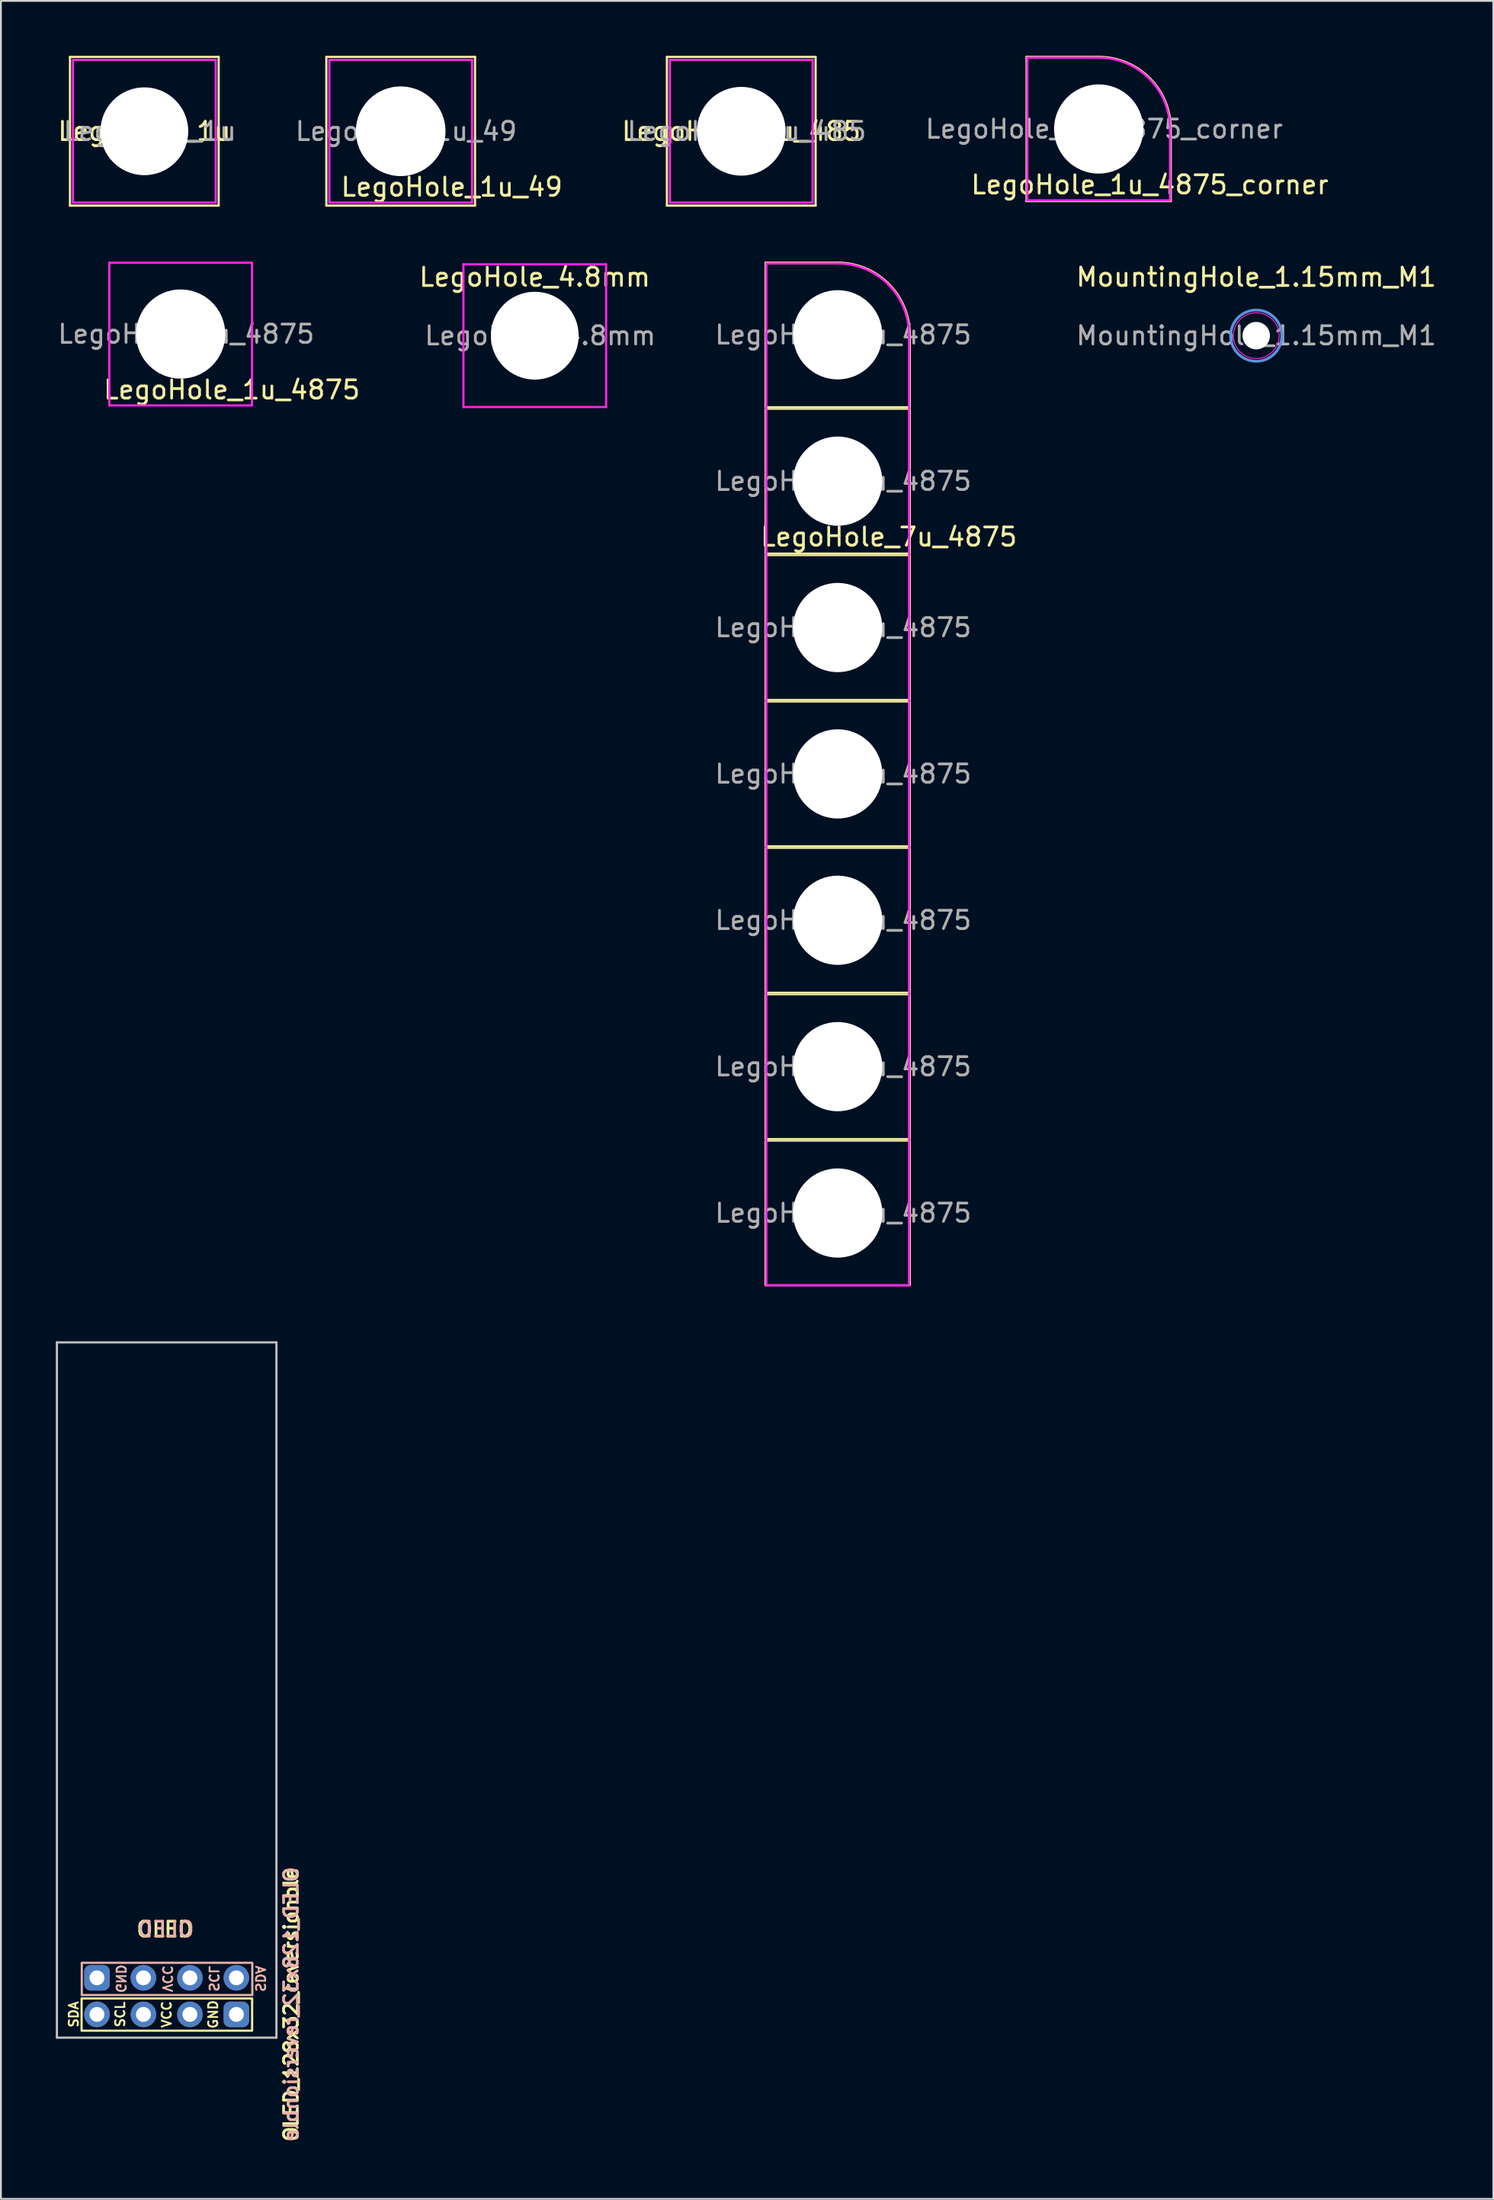
<source format=kicad_pcb>
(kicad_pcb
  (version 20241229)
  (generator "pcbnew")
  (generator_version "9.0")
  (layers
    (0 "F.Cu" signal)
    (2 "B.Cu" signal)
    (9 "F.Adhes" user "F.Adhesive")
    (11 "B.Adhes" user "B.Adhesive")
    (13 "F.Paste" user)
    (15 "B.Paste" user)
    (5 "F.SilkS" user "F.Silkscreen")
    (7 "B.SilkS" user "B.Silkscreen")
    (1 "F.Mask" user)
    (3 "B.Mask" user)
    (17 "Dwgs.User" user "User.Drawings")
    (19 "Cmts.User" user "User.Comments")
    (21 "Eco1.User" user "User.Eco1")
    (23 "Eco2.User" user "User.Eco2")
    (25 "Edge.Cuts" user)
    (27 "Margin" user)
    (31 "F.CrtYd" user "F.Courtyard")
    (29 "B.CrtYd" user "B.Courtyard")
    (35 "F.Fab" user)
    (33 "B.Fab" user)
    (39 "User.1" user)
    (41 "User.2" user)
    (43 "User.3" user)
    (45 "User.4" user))
  (footprint "MountingHole_1.15mm_M1"
    (layer "F.Cu")
    (at 65.615 15.296)
    (property "Reference" "MountingHole_1.15mm_M1" (at 0 -3.2 0) (layer "F.SilkS") (effects (font (size 1 1) (thickness 0.15))))
    (attr exclude_from_pos_files)
    (fp_circle (center 0 0) (end 1.4 0) (stroke (width 0.15) (type solid)) (fill no) (layer "Cmts.User"))
    (fp_circle (center 0 0) (end 1.25 0) (stroke (width 0.05) (type solid)) (fill no) (layer "F.CrtYd"))
    (fp_text user "${REFERENCE}" (at 0 0 0) (layer "F.Fab") (effects (font (size 1 1) (thickness 0.15))))
    (pad "" np_thru_hole circle (at 0 0) (size 1.5 1.5) (drill 1.5) (layers "*.Cu" "*.Mask")))
  (footprint "LegoHole_1u_49"
    (layer "F.Cu")
    (at 18.851 4.124)
    (property "Reference" "LegoHole_1u_49" (at 2.794 3.048 0) (layer "F.SilkS") (effects (font (size 1 1) (thickness 0.15))))
    (attr exclude_from_pos_files exclude_from_bom)
    (fp_line (start -4.064 -4.064) (end -4.064 4.064) (stroke (width 0.12) (type solid)) (layer "F.SilkS"))
    (fp_line (start -4.064 4.064) (end 4.064 4.064) (stroke (width 0.12) (type solid)) (layer "F.SilkS"))
    (fp_line (start 4.064 -4.064) (end -4.064 -4.064) (stroke (width 0.12) (type solid)) (layer "F.SilkS"))
    (fp_line (start 4.064 4.064) (end 4.064 -4.064) (stroke (width 0.12) (type solid)) (layer "F.SilkS"))
    (fp_line (start -3.9 -3.9) (end -3.9 3.9) (stroke (width 0.12) (type solid)) (layer "F.CrtYd"))
    (fp_line (start -3.9 -3.9) (end 3.9 -3.9) (stroke (width 0.12) (type solid)) (layer "F.CrtYd"))
    (fp_line (start 3.9 3.9) (end -3.9 3.9) (stroke (width 0.12) (type solid)) (layer "F.CrtYd"))
    (fp_line (start 3.9 3.9) (end 3.9 -3.9) (stroke (width 0.12) (type solid)) (layer "F.CrtYd"))
    (fp_text user "${REFERENCE}" (at 0.3 0 0) (layer "F.Fab") (effects (font (size 1 1) (thickness 0.15))))
    (pad "" np_thru_hole circle (at 0 0) (size 4.9 4.9) (drill 4.9) (layers "*.Cu" "*.Mask")))
  (footprint "LegoHole_1u"
    (layer "F.Cu")
    (at 4.839 4.124)
    (property "Reference" "LegoHole_1u" (at 0 0 0) (layer "F.SilkS") (effects (font (size 1 1) (thickness 0.15))))
    (attr exclude_from_pos_files exclude_from_bom)
    (fp_line (start -4.064 -4.064) (end -4.064 4.064) (stroke (width 0.12) (type solid)) (layer "F.SilkS"))
    (fp_line (start -4.064 4.064) (end 4.064 4.064) (stroke (width 0.12) (type solid)) (layer "F.SilkS"))
    (fp_line (start 4.064 -4.064) (end -4.064 -4.064) (stroke (width 0.12) (type solid)) (layer "F.SilkS"))
    (fp_line (start 4.064 4.064) (end 4.064 -4.064) (stroke (width 0.12) (type solid)) (layer "F.SilkS"))
    (fp_line (start -3.9 -3.9) (end -3.9 3.9) (stroke (width 0.12) (type solid)) (layer "F.CrtYd"))
    (fp_line (start -3.9 -3.9) (end 3.9 -3.9) (stroke (width 0.12) (type solid)) (layer "F.CrtYd"))
    (fp_line (start 3.9 3.9) (end -3.9 3.9) (stroke (width 0.12) (type solid)) (layer "F.CrtYd"))
    (fp_line (start 3.9 3.9) (end 3.9 -3.9) (stroke (width 0.12) (type solid)) (layer "F.CrtYd"))
    (fp_text user "${REFERENCE}" (at 0.3 0 0) (layer "F.Fab") (effects (font (size 1 1) (thickness 0.15))))
    (pad "" np_thru_hole circle (at 0 0) (size 4.8 4.8) (drill 4.8) (layers "*.Cu" "*.Mask")))
  (footprint "LegoHole_4.8mm"
    (layer "F.Cu")
    (at 26.179 15.296)
    (property "Reference" "LegoHole_4.8mm" (at 0 -3.2 0) (layer "F.SilkS") (effects (font (size 1 1) (thickness 0.15))))
    (attr exclude_from_pos_files exclude_from_bom)
    (fp_line (start -3.9 -3.9) (end -3.9 3.9) (stroke (width 0.12) (type solid)) (layer "F.CrtYd"))
    (fp_line (start -3.9 -3.9) (end 3.9 -3.9) (stroke (width 0.12) (type solid)) (layer "F.CrtYd"))
    (fp_line (start 3.9 3.9) (end -3.9 3.9) (stroke (width 0.12) (type solid)) (layer "F.CrtYd"))
    (fp_line (start 3.9 3.9) (end 3.9 -3.9) (stroke (width 0.12) (type solid)) (layer "F.CrtYd"))
    (fp_text user "${REFERENCE}" (at 0.3 0 0) (layer "F.Fab") (effects (font (size 1 1) (thickness 0.15))))
    (pad "" np_thru_hole circle (at 0 0) (size 4.8 4.8) (drill 4.8) (layers "*.Cu" "*.Mask")))
  (footprint "LegoHole_1u_4875"
    (layer "F.Cu")
    (at 6.825 15.208)
    (property "Reference" "LegoHole_1u_4875" (at 2.794 3.048 0) (layer "F.SilkS") (effects (font (size 1 1) (thickness 0.15))))
    (attr exclude_from_pos_files exclude_from_bom)
    (fp_line (start -3.9 -3.9) (end -3.9 3.9) (stroke (width 0.12) (type solid)) (layer "F.CrtYd"))
    (fp_line (start -3.9 -3.9) (end 3.9 -3.9) (stroke (width 0.12) (type solid)) (layer "F.CrtYd"))
    (fp_line (start 3.9 3.9) (end -3.9 3.9) (stroke (width 0.12) (type solid)) (layer "F.CrtYd"))
    (fp_line (start 3.9 3.9) (end 3.9 -3.9) (stroke (width 0.12) (type solid)) (layer "F.CrtYd"))
    (fp_text user "${REFERENCE}" (at 0.3 0 0) (layer "F.Fab") (effects (font (size 1 1) (thickness 0.15))))
    (pad "" np_thru_hole circle (at 0 0) (size 4.875 4.875) (drill 4.9) (layers "*.Cu" "*.Mask")))
  (footprint "LegoHole_1u_4875_corner"
    (layer "F.Cu")
    (at 57.002 4)
    (property "Reference" "LegoHole_1u_4875_corner" (at 2.794 3.048 0) (layer "F.SilkS") (effects (font (size 1 1) (thickness 0.15))))
    (attr exclude_from_pos_files exclude_from_bom)
    (fp_line (start -3.95 -3.95) (end -3.95 3.95) (stroke (width 0.1) (type solid)) (layer "F.SilkS"))
    (fp_line (start -3.95 3.95) (end 3.95 3.95) (stroke (width 0.1) (type solid)) (layer "F.SilkS"))
    (fp_line (start 0 -3.95) (end -3.95 -3.95) (stroke (width 0.1) (type solid)) (layer "F.SilkS"))
    (fp_line (start 3.95 0) (end 3.95 3.95) (stroke (width 0.1) (type solid)) (layer "F.SilkS"))
    (fp_arc (start 0 -3.95) (mid 2.793072 -2.793072) (end 3.95 0) (stroke (width 0.1) (type solid)) (layer "F.SilkS"))
    (fp_line (start -3.9 -3.9) (end -3.9 3.9) (stroke (width 0.12) (type solid)) (layer "F.CrtYd"))
    (fp_line (start -3.9 -3.9) (end 0 -3.9) (stroke (width 0.12) (type solid)) (layer "F.CrtYd"))
    (fp_line (start 3.9 3.9) (end -3.9 3.9) (stroke (width 0.12) (type solid)) (layer "F.CrtYd"))
    (fp_line (start 3.9 3.9) (end 3.9 0) (stroke (width 0.12) (type solid)) (layer "F.CrtYd"))
    (fp_arc (start 0 -3.9) (mid 2.757716 -2.757716) (end 3.9 0) (stroke (width 0.12) (type solid)) (layer "F.CrtYd"))
    (fp_text user "${REFERENCE}" (at 0.3 0 0) (layer "F.Fab") (effects (font (size 1 1) (thickness 0.15))))
    (pad "" np_thru_hole circle (at 0 0) (size 4.875 4.875) (drill 4.875) (layers "*.Cu" "*.Mask")))
  (footprint "OLED_128x32_reversionble"
    (layer "F.Cu")
    (at 6.06 107.048)
    (property "Reference" "OLED_128x32_reversionble" (at 6.8 -0.55 270) (layer "F.SilkS") (effects (font (size 0.75 0.75) (thickness 0.15))))
    (property "Value" "OLED" (at 0 2.25 0) (layer "F.SilkS") (hide yes) (effects (font (size 0.813 0.813) (thickness 0.15))))
    (attr through_hole)
    (fp_rect (start -4.65 -0.87) (end 4.67 0.89) (stroke (width 0.12) (type solid)) (fill no) (layer "F.SilkS"))
    (fp_rect (start 4.68 -2.82) (end -4.64 -1.06) (stroke (width 0.12) (type solid)) (fill no) (layer "B.SilkS"))
    (fp_line (start -6 -36.73) (end 6 -36.73) (stroke (width 0.12) (type solid)) (layer "Dwgs.User"))
    (fp_line (start -6 1.27) (end -6 -36.73) (stroke (width 0.12) (type solid)) (layer "Dwgs.User"))
    (fp_line (start -6 1.27) (end 6 1.27) (stroke (width 0.12) (type solid)) (layer "Dwgs.User"))
    (fp_line (start 6 -36.73) (end 6 1.27) (stroke (width 0.12) (type solid)) (layer "Dwgs.User"))
    (fp_text user "VCC" (at 0 0 90) (unlocked yes) (layer "F.SilkS") (effects (font (size 0.5 0.5) (thickness 0.1))))
    (fp_text user "${VALUE}" (at -0.1 -4.65 0) (layer "F.SilkS") (effects (font (size 0.813 0.813) (thickness 0.15))))
    (fp_text user "SCL" (at -2.54 0 90) (unlocked yes) (layer "F.SilkS") (effects (font (size 0.5 0.5) (thickness 0.1))))
    (fp_text user "SDA" (at -5.08 0 90) (unlocked yes) (layer "F.SilkS") (effects (font (size 0.5 0.5) (thickness 0.1))))
    (fp_text user "GND" (at 2.54 0 90) (unlocked yes) (layer "F.SilkS") (effects (font (size 0.5 0.5) (thickness 0.1))))
    (fp_text user "VCC" (at 0.03 -1.95 270) (unlocked yes) (layer "B.SilkS") (effects (font (size 0.5 0.5) (thickness 0.1)) (justify mirror)))
    (fp_text user "SDA" (at 5.11 -1.95 270) (unlocked yes) (layer "B.SilkS") (effects (font (size 0.5 0.5) (thickness 0.1)) (justify mirror)))
    (fp_text user "${VALUE}" (at -0.05 -4.65 0) (layer "B.SilkS") (effects (font (size 0.813 0.813) (thickness 0.15)) (justify mirror)))
    (fp_text user "SCL" (at 2.57 -1.95 270) (unlocked yes) (layer "B.SilkS") (effects (font (size 0.5 0.5) (thickness 0.1)) (justify mirror)))
    (fp_text user "${REFERENCE}" (at 6.8 -0.55 270) (layer "B.SilkS") (effects (font (size 0.75 0.75) (thickness 0.15)) (justify mirror)))
    (fp_text user "GND" (at -2.51 -1.95 270) (unlocked yes) (layer "B.SilkS") (effects (font (size 0.5 0.5) (thickness 0.1)) (justify mirror)))
    (pad "1" thru_hole circle (at -3.81 0) (size 1.397 1.397) (drill 0.813) (layers "*.Cu" "*.Mask"))
    (pad "1" thru_hole circle (at 3.81 -2) (size 1.397 1.397) (drill 0.813) (layers "*.Cu" "*.Mask"))
    (pad "2" thru_hole circle (at -1.27 0) (size 1.397 1.397) (drill 0.813) (layers "*.Cu" "*.Mask"))
    (pad "2" thru_hole circle (at 1.27 -2) (size 1.397 1.397) (drill 0.813) (layers "*.Cu" "*.Mask"))
    (pad "3" thru_hole circle (at -1.27 -2) (size 1.397 1.397) (drill 0.813) (layers "*.Cu" "*.Mask"))
    (pad "3" thru_hole circle (at 1.27 0) (size 1.397 1.397) (drill 0.813) (layers "*.Cu" "*.Mask"))
    (pad "4" thru_hole roundrect (at -3.81 -2) (size 1.397 1.397) (drill 0.813) (layers "*.Cu" "*.Mask") (roundrect_rratio 0.25))
    (pad "4" thru_hole roundrect (at 3.81 0) (size 1.397 1.397) (drill 0.813) (layers "*.Cu" "*.Mask") (roundrect_rratio 0.25)))
  (footprint "LegoHole_7u_4875"
    (layer "F.Cu")
    (at 42.738 23.248)
    (property "Reference" "LegoHole_7u_4875" (at 2.794 3.048 0) (layer "F.SilkS") (effects (font (size 1 1) (thickness 0.15))))
    (attr exclude_from_pos_files)
    (fp_line (start -3.95 -11.95) (end -3.95 -4.05) (stroke (width 0.1) (type solid)) (layer "F.SilkS"))
    (fp_line (start -3.95 -4.05) (end 3.95 -4.05) (stroke (width 0.1) (type solid)) (layer "F.SilkS"))
    (fp_line (start 0 -11.95) (end -3.95 -11.95) (stroke (width 0.1) (type solid)) (layer "F.SilkS"))
    (fp_line (start 3.95 -8) (end 3.95 -4.05) (stroke (width 0.1) (type solid)) (layer "F.SilkS"))
    (fp_rect (start -3.95 -3.95) (end 3.95 3.95) (stroke (width 0.1) (type solid)) (fill no) (layer "F.SilkS"))
    (fp_rect (start -3.95 4.05) (end 3.95 11.95) (stroke (width 0.1) (type solid)) (fill no) (layer "F.SilkS"))
    (fp_rect (start -3.95 12.05) (end 3.95 19.95) (stroke (width 0.1) (type solid)) (fill no) (layer "F.SilkS"))
    (fp_rect (start -3.95 20.05) (end 3.95 27.95) (stroke (width 0.1) (type solid)) (fill no) (layer "F.SilkS"))
    (fp_rect (start -3.95 28.05) (end 3.95 35.95) (stroke (width 0.1) (type solid)) (fill no) (layer "F.SilkS"))
    (fp_rect (start -3.95 36.05) (end 3.95 43.95) (stroke (width 0.1) (type solid)) (fill no) (layer "F.SilkS"))
    (fp_arc (start 0 -11.95) (mid 2.793072 -10.793072) (end 3.95 -8) (stroke (width 0.1) (type solid)) (layer "F.SilkS"))
    (fp_line (start -3.9 -11.9) (end -3.9 43.95) (stroke (width 0.12) (type solid)) (layer "F.CrtYd"))
    (fp_line (start -3.9 -11.9) (end 0 -11.9) (stroke (width 0.12) (type solid)) (layer "F.CrtYd"))
    (fp_line (start -3.9 43.95) (end 3.9 43.95) (stroke (width 0.12) (type solid)) (layer "F.CrtYd"))
    (fp_line (start 3.9 43.95) (end 3.9 -8) (stroke (width 0.12) (type solid)) (layer "F.CrtYd"))
    (fp_arc (start 0 -11.9) (mid 2.757716 -10.757716) (end 3.9 -8) (stroke (width 0.12) (type solid)) (layer "F.CrtYd"))
    (fp_text user "${REFERENCE}" (at 0.3 8 0) (layer "F.Fab") (effects (font (size 1 1) (thickness 0.15))))
    (fp_text user "${REFERENCE}" (at 0.3 16 0) (layer "F.Fab") (effects (font (size 1 1) (thickness 0.15))))
    (fp_text user "${REFERENCE}" (at 0.3 40 0) (layer "F.Fab") (effects (font (size 1 1) (thickness 0.15))))
    (fp_text user "${REFERENCE}" (at 0.3 24 0) (layer "F.Fab") (effects (font (size 1 1) (thickness 0.15))))
    (fp_text user "${REFERENCE}" (at 0.3 32 0) (layer "F.Fab") (effects (font (size 1 1) (thickness 0.15))))
    (fp_text user "${REFERENCE}" (at 0.3 -8 0) (layer "F.Fab") (effects (font (size 1 1) (thickness 0.15))))
    (fp_text user "${REFERENCE}" (at 0.3 0 0) (layer "F.Fab") (effects (font (size 1 1) (thickness 0.15))))
    (pad "" np_thru_hole circle (at 0 -8) (size 4.875 4.875) (drill 4.875) (layers "*.Cu" "*.Mask"))
    (pad "" np_thru_hole circle (at 0 0) (size 4.875 4.875) (drill 4.875) (layers "*.Cu" "*.Mask"))
    (pad "" np_thru_hole circle (at 0 8) (size 4.875 4.875) (drill 4.875) (layers "*.Cu" "*.Mask"))
    (pad "" np_thru_hole circle (at 0 16) (size 4.875 4.875) (drill 4.875) (layers "*.Cu" "*.Mask"))
    (pad "" np_thru_hole circle (at 0 24) (size 4.875 4.875) (drill 4.875) (layers "*.Cu" "*.Mask"))
    (pad "" np_thru_hole circle (at 0 32) (size 4.875 4.875) (drill 4.875) (layers "*.Cu" "*.Mask"))
    (pad "" np_thru_hole circle (at 0 40) (size 4.875 4.875) (drill 4.875) (layers "*.Cu" "*.Mask")))
  (footprint "LegoHole_1u_485"
    (layer "F.Cu")
    (at 37.467 4.124)
    (property "Reference" "LegoHole_1u_485" (at 0 0 0) (layer "F.SilkS") (effects (font (size 1 1) (thickness 0.15))))
    (attr exclude_from_pos_files exclude_from_bom)
    (fp_line (start -4.064 -4.064) (end -4.064 4.064) (stroke (width 0.12) (type solid)) (layer "F.SilkS"))
    (fp_line (start -4.064 4.064) (end 4.064 4.064) (stroke (width 0.12) (type solid)) (layer "F.SilkS"))
    (fp_line (start 4.064 -4.064) (end -4.064 -4.064) (stroke (width 0.12) (type solid)) (layer "F.SilkS"))
    (fp_line (start 4.064 4.064) (end 4.064 -4.064) (stroke (width 0.12) (type solid)) (layer "F.SilkS"))
    (fp_line (start -3.9 -3.9) (end -3.9 3.9) (stroke (width 0.12) (type solid)) (layer "F.CrtYd"))
    (fp_line (start -3.9 -3.9) (end 3.9 -3.9) (stroke (width 0.12) (type solid)) (layer "F.CrtYd"))
    (fp_line (start 3.9 3.9) (end -3.9 3.9) (stroke (width 0.12) (type solid)) (layer "F.CrtYd"))
    (fp_line (start 3.9 3.9) (end 3.9 -3.9) (stroke (width 0.12) (type solid)) (layer "F.CrtYd"))
    (fp_text user "${REFERENCE}" (at 0.3 0 0) (layer "F.Fab") (effects (font (size 1 1) (thickness 0.15))))
    (pad "" np_thru_hole circle (at 0 0) (size 4.85 4.85) (drill 4.85) (layers "*.Cu" "*.Mask")))
  (gr_rect
    (start -3 -3)
    (end 78.574 117.13)
    (stroke (width 0.1) (type default))
    (fill no)
    (layer "Edge.Cuts")))
</source>
